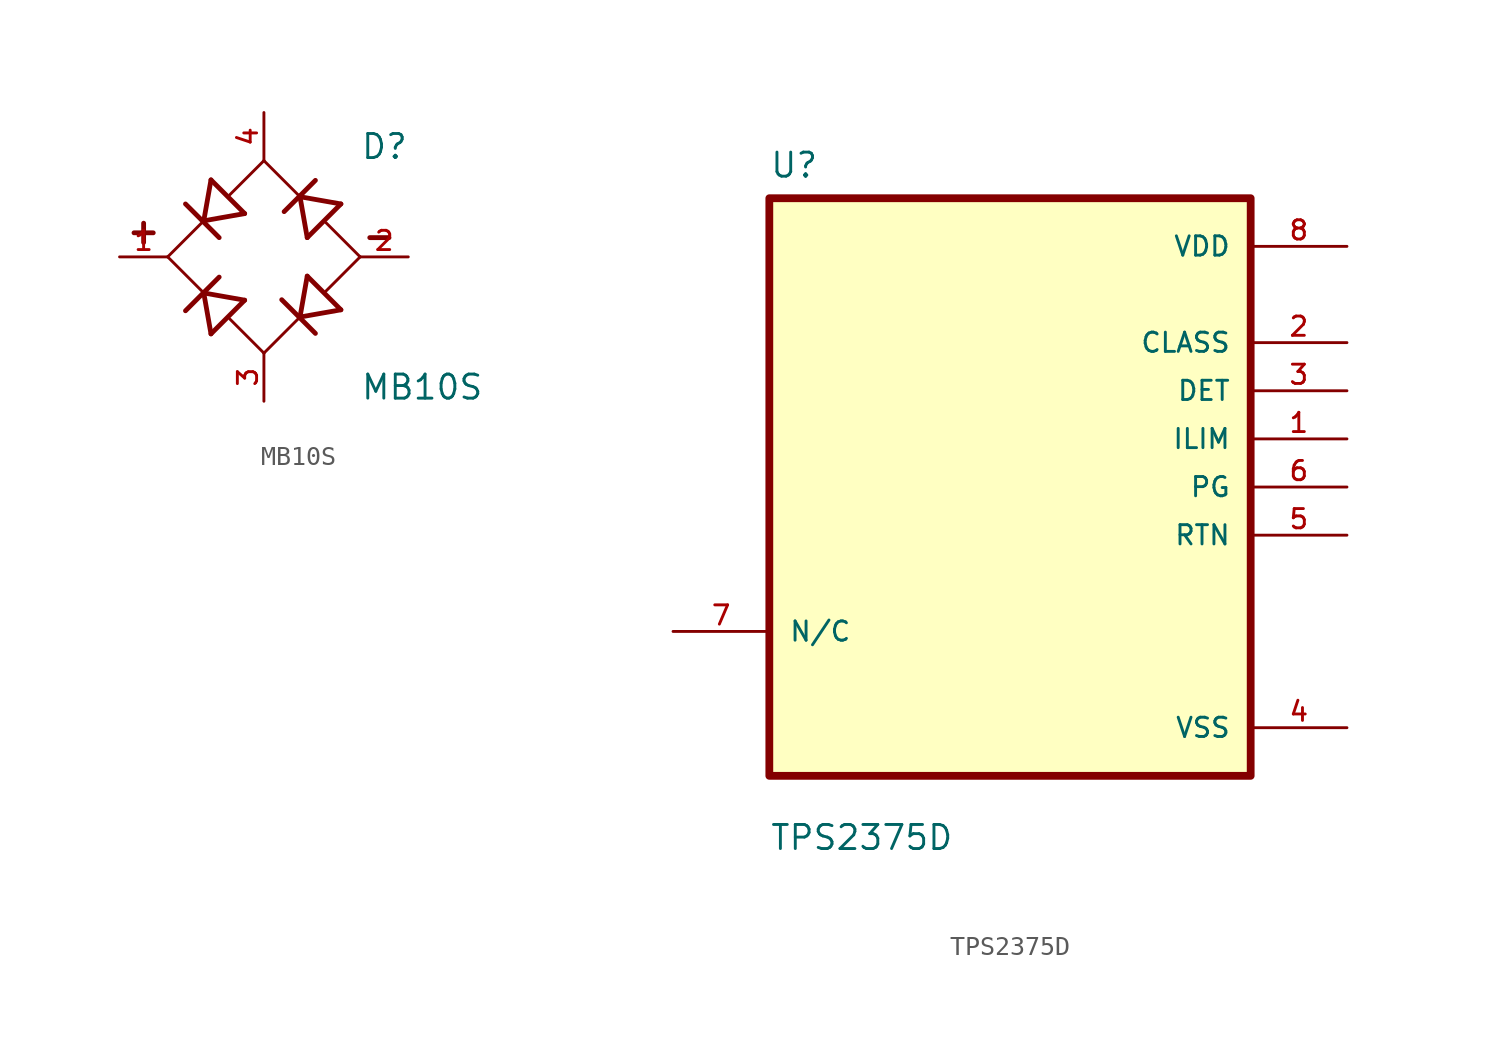
<source format=kicad_sym>
(kicad_symbol_lib
  (version 20241209)
  (generator "kicad_symbol_editor")
  (generator_version "9.0")
  (symbol "MB10S"
    (pin_names
      (offset 1.016))
    (property "Reference" "D"
      (at 5.08 5.08 0)
      (effects (font (size 1.27 1.27)) (justify left bottom)))
    (property "Value" "MB10S"
      (at 5.08 -7.62 0)
      (effects (font (size 1.27 1.27)) (justify left bottom)))
    (symbol "MB10S_0_0"
      (polyline (pts (xy -6.858 1.27) (xy -5.842 1.27)) (stroke (width 0.254) (type default)) (fill (type none)))
      (polyline (pts (xy -6.35 0.762) (xy -6.35 1.778)) (stroke (width 0.254) (type default)) (fill (type none)))
      (polyline (pts (xy -5.08 0) (xy -3.175 -1.905)) (stroke (width 0.152) (type default)) (fill (type none)))
      (polyline (pts (xy -3.175 1.905) (xy -5.08 0)) (stroke (width 0.152) (type default)) (fill (type none)))
      (polyline (pts (xy -3.175 1.905) (xy -2.794 4.064)) (stroke (width 0.254) (type default)) (fill (type none)))
      (polyline (pts (xy -3.175 1.905) (xy -1.016 2.286)) (stroke (width 0.254) (type default)) (fill (type none)))
      (polyline (pts (xy -3.175 -1.905) (xy -2.794 -4.064)) (stroke (width 0.254) (type default)) (fill (type none)))
      (polyline (pts (xy -3.175 -1.905) (xy -1.016 -2.286)) (stroke (width 0.254) (type default)) (fill (type none)))
      (polyline (pts (xy -2.362 1.016) (xy -4.14 2.794)) (stroke (width 0.254) (type default)) (fill (type none)))
      (polyline (pts (xy -2.362 -1.067) (xy -4.14 -2.845)) (stroke (width 0.254) (type default)) (fill (type none)))
      (polyline (pts (xy -1.016 2.286) (xy -2.794 4.064)) (stroke (width 0.254) (type default)) (fill (type none)))
      (polyline (pts (xy -1.016 -2.286) (xy -2.794 -4.064)) (stroke (width 0.254) (type default)) (fill (type none)))
      (polyline (pts (xy 0 5.08) (xy -1.803 3.277)) (stroke (width 0.152) (type default)) (fill (type none)))
      (polyline (pts (xy 0 -5.08) (xy -1.803 -3.277)) (stroke (width 0.152) (type default)) (fill (type none)))
      (polyline (pts (xy 0 -5.08) (xy 1.905 -3.175)) (stroke (width 0.152) (type default)) (fill (type none)))
      (polyline (pts (xy 1.905 3.175) (xy 0 5.08)) (stroke (width 0.152) (type default)) (fill (type none)))
      (polyline (pts (xy 1.905 3.175) (xy 2.286 1.016)) (stroke (width 0.254) (type default)) (fill (type none)))
      (polyline (pts (xy 1.905 3.175) (xy 4.064 2.794)) (stroke (width 0.254) (type default)) (fill (type none)))
      (polyline (pts (xy 1.905 -3.175) (xy 2.286 -1.016)) (stroke (width 0.254) (type default)) (fill (type none)))
      (polyline (pts (xy 1.905 -3.175) (xy 4.064 -2.794)) (stroke (width 0.254) (type default)) (fill (type none)))
      (polyline (pts (xy 2.718 4.039) (xy 1.067 2.388)) (stroke (width 0.254) (type default)) (fill (type none)))
      (polyline (pts (xy 2.718 -4.039) (xy 0.94 -2.261)) (stroke (width 0.254) (type default)) (fill (type none)))
      (polyline (pts (xy 3.277 -1.803) (xy 5.08 0)) (stroke (width 0.152) (type default)) (fill (type none)))
      (polyline (pts (xy 4.064 2.794) (xy 2.286 1.016)) (stroke (width 0.254) (type default)) (fill (type none)))
      (polyline (pts (xy 4.064 -2.794) (xy 2.286 -1.016)) (stroke (width 0.254) (type default)) (fill (type none)))
      (polyline (pts (xy 5.08 0) (xy 3.277 1.803)) (stroke (width 0.152) (type default)) (fill (type none)))
      (polyline (pts (xy 5.588 1.016) (xy 6.604 1.016)) (stroke (width 0.254) (type default)) (fill (type none)))
      (pin passive line (at -7.62 0 0) (length 2.54) (name "~" (effects (font (size 1.016 1.016)))) (number "1" (effects (font (size 1.016 1.016)))))
      (pin passive line (at 0 7.62 270) (length 2.54) (name "~" (effects (font (size 1.016 1.016)))) (number "4" (effects (font (size 1.016 1.016)))))
      (pin passive line (at 0 -7.62 90) (length 2.54) (name "~" (effects (font (size 1.016 1.016)))) (number "3" (effects (font (size 1.016 1.016)))))
      (pin passive line (at 7.62 0 180) (length 2.54) (name "~" (effects (font (size 1.016 1.016)))) (number "2" (effects (font (size 1.016 1.016)))))))
  (symbol "TPS2375D"
    (pin_names
      (offset 1.016))
    (property "Reference" "U"
      (at -12.7 16.24 0)
      (effects (font (size 1.27 1.27)) (justify left bottom)))
    (property "Value" "TPS2375D"
      (at -12.7 -19.24 0)
      (effects (font (size 1.27 1.27)) (justify left bottom)))
    (symbol "TPS2375D_0_0"
      (rectangle (start -12.7 -15.24) (end 12.7 15.24) (stroke (width 0.41) (type default)) (fill (type background)))
      (pin bidirectional line (at -17.78 -7.62 0) (length 5.08) (name "N/C" (effects (font (size 1.016 1.016)))) (number "7" (effects (font (size 1.016 1.016)))))
      (pin power_in line (at 17.78 12.7 180) (length 5.08) (name "VDD" (effects (font (size 1.016 1.016)))) (number "8" (effects (font (size 1.016 1.016)))))
      (pin output line (at 17.78 7.62 180) (length 5.08) (name "CLASS" (effects (font (size 1.016 1.016)))) (number "2" (effects (font (size 1.016 1.016)))))
      (pin output line (at 17.78 5.08 180) (length 5.08) (name "DET" (effects (font (size 1.016 1.016)))) (number "3" (effects (font (size 1.016 1.016)))))
      (pin output line (at 17.78 2.54 180) (length 5.08) (name "ILIM" (effects (font (size 1.016 1.016)))) (number "1" (effects (font (size 1.016 1.016)))))
      (pin output line (at 17.78 0 180) (length 5.08) (name "PG" (effects (font (size 1.016 1.016)))) (number "6" (effects (font (size 1.016 1.016)))))
      (pin output line (at 17.78 -2.54 180) (length 5.08) (name "RTN" (effects (font (size 1.016 1.016)))) (number "5" (effects (font (size 1.016 1.016)))))
      (pin power_in line (at 17.78 -12.7 180) (length 5.08) (name "VSS" (effects (font (size 1.016 1.016)))) (number "4" (effects (font (size 1.016 1.016))))))))
</source>
